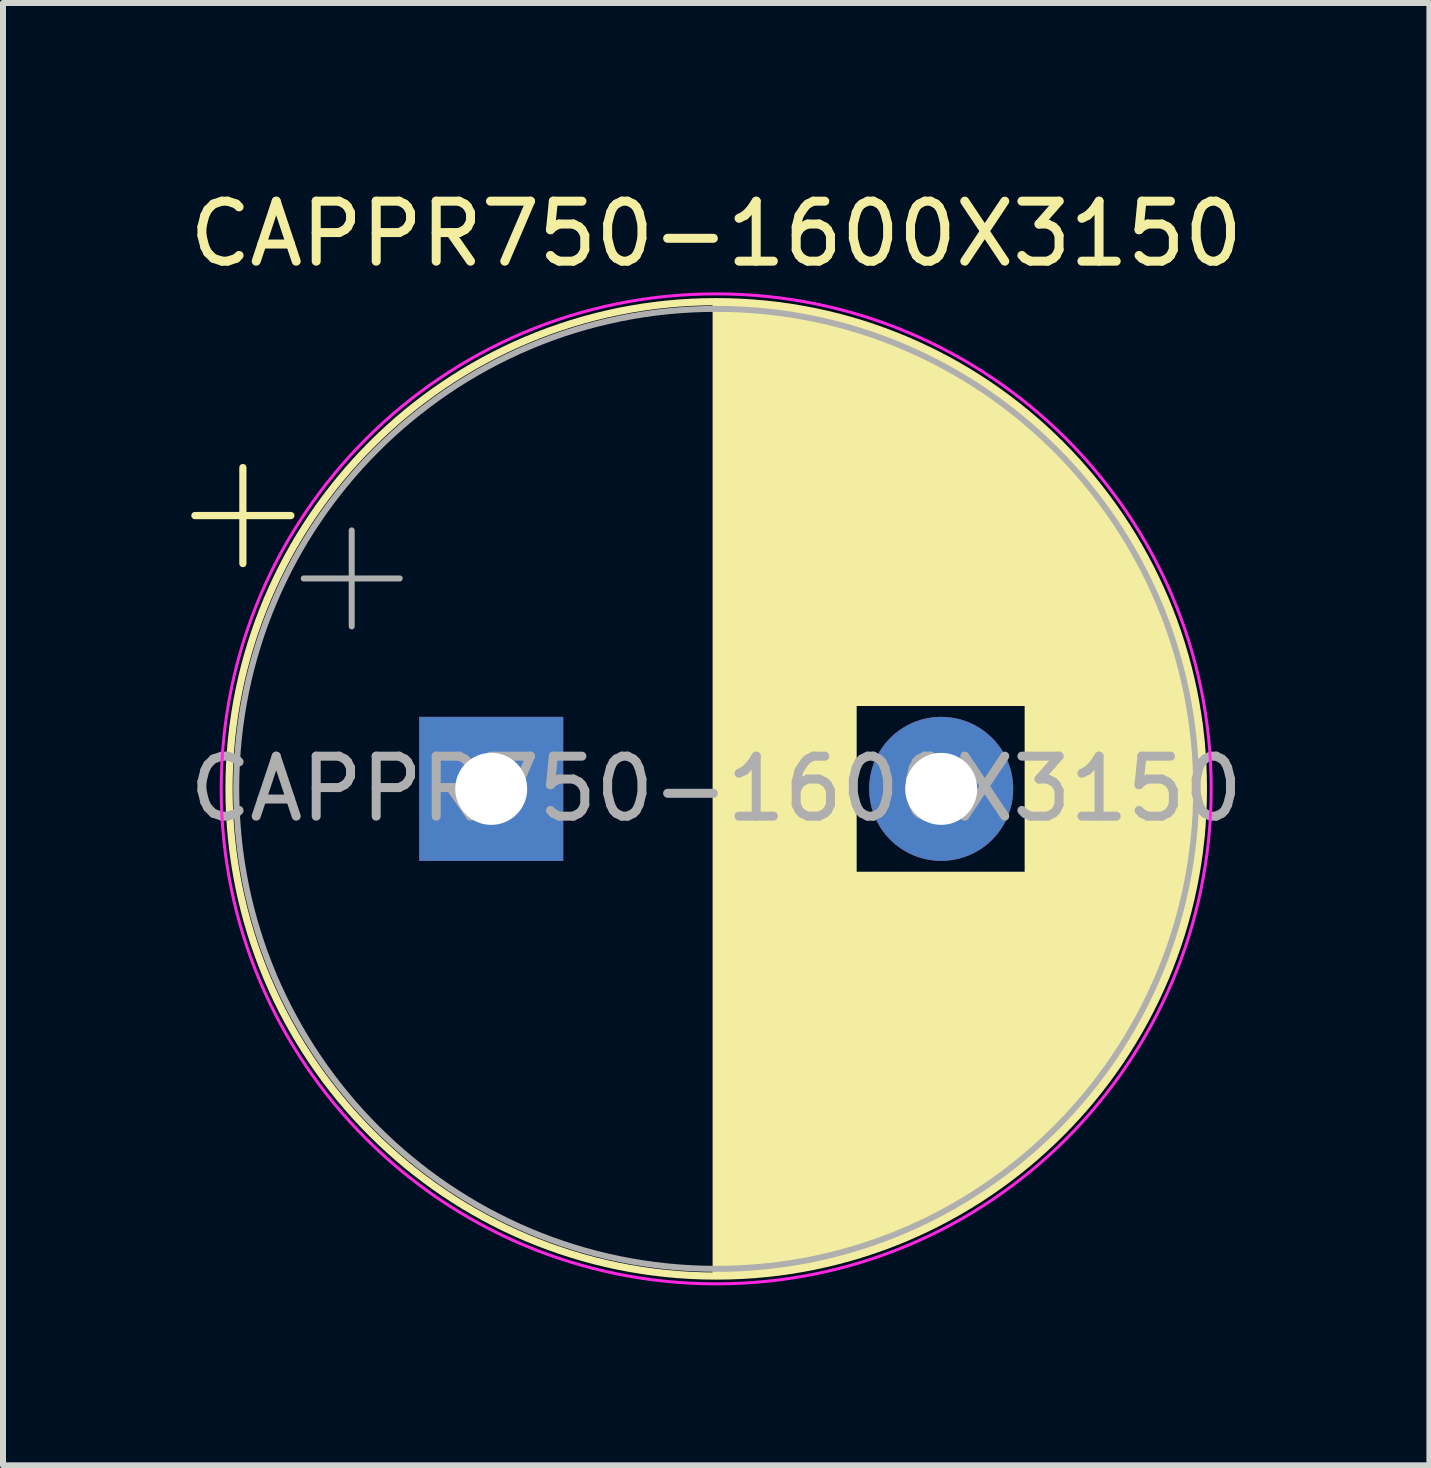
<source format=kicad_pcb>
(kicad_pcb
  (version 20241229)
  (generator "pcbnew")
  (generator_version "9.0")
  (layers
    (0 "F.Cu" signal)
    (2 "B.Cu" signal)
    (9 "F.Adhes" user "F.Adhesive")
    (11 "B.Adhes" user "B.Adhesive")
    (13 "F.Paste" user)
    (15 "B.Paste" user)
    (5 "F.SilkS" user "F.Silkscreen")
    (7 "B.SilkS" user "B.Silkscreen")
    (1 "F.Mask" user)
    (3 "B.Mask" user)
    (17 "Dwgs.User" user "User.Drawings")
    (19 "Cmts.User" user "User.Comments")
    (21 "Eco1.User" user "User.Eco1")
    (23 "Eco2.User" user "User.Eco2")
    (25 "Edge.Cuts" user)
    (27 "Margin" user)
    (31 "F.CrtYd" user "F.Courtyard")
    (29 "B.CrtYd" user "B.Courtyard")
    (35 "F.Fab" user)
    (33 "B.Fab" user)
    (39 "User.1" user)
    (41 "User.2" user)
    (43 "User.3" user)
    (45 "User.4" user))
  (footprint "CAPPR750-1600X3150"
    (layer "F.Cu")
    (at 5.137 10.098)
    (property "Reference" "CAPPR750-1600X3150" (at 3.75 -9.25 0) (layer "F.SilkS") (effects (font (size 1 1) (thickness 0.15))))
    (attr through_hole)
    (fp_line (start -4.939 -4.555) (end -3.339 -4.555) (stroke (width 0.12) (type solid)) (layer "F.SilkS"))
    (fp_line (start -4.139 -5.355) (end -4.139 -3.755) (stroke (width 0.12) (type solid)) (layer "F.SilkS"))
    (fp_line (start 3.75 -8.081) (end 3.75 8.081) (stroke (width 0.12) (type solid)) (layer "F.SilkS"))
    (fp_line (start 3.79 -8.08) (end 3.79 8.08) (stroke (width 0.12) (type solid)) (layer "F.SilkS"))
    (fp_line (start 3.83 -8.08) (end 3.83 8.08) (stroke (width 0.12) (type solid)) (layer "F.SilkS"))
    (fp_line (start 3.87 -8.08) (end 3.87 8.08) (stroke (width 0.12) (type solid)) (layer "F.SilkS"))
    (fp_line (start 3.91 -8.079) (end 3.91 8.079) (stroke (width 0.12) (type solid)) (layer "F.SilkS"))
    (fp_line (start 3.95 -8.078) (end 3.95 8.078) (stroke (width 0.12) (type solid)) (layer "F.SilkS"))
    (fp_line (start 3.99 -8.077) (end 3.99 8.077) (stroke (width 0.12) (type solid)) (layer "F.SilkS"))
    (fp_line (start 4.03 -8.076) (end 4.03 8.076) (stroke (width 0.12) (type solid)) (layer "F.SilkS"))
    (fp_line (start 4.07 -8.074) (end 4.07 8.074) (stroke (width 0.12) (type solid)) (layer "F.SilkS"))
    (fp_line (start 4.11 -8.073) (end 4.11 8.073) (stroke (width 0.12) (type solid)) (layer "F.SilkS"))
    (fp_line (start 4.15 -8.071) (end 4.15 8.071) (stroke (width 0.12) (type solid)) (layer "F.SilkS"))
    (fp_line (start 4.19 -8.069) (end 4.19 8.069) (stroke (width 0.12) (type solid)) (layer "F.SilkS"))
    (fp_line (start 4.23 -8.066) (end 4.23 8.066) (stroke (width 0.12) (type solid)) (layer "F.SilkS"))
    (fp_line (start 4.27 -8.064) (end 4.27 8.064) (stroke (width 0.12) (type solid)) (layer "F.SilkS"))
    (fp_line (start 4.31 -8.061) (end 4.31 8.061) (stroke (width 0.12) (type solid)) (layer "F.SilkS"))
    (fp_line (start 4.35 -8.058) (end 4.35 8.058) (stroke (width 0.12) (type solid)) (layer "F.SilkS"))
    (fp_line (start 4.39 -8.055) (end 4.39 8.055) (stroke (width 0.12) (type solid)) (layer "F.SilkS"))
    (fp_line (start 4.43 -8.052) (end 4.43 8.052) (stroke (width 0.12) (type solid)) (layer "F.SilkS"))
    (fp_line (start 4.471 -8.049) (end 4.471 8.049) (stroke (width 0.12) (type solid)) (layer "F.SilkS"))
    (fp_line (start 4.511 -8.045) (end 4.511 8.045) (stroke (width 0.12) (type solid)) (layer "F.SilkS"))
    (fp_line (start 4.551 -8.041) (end 4.551 8.041) (stroke (width 0.12) (type solid)) (layer "F.SilkS"))
    (fp_line (start 4.591 -8.037) (end 4.591 8.037) (stroke (width 0.12) (type solid)) (layer "F.SilkS"))
    (fp_line (start 4.631 -8.033) (end 4.631 8.033) (stroke (width 0.12) (type solid)) (layer "F.SilkS"))
    (fp_line (start 4.671 -8.028) (end 4.671 8.028) (stroke (width 0.12) (type solid)) (layer "F.SilkS"))
    (fp_line (start 4.711 -8.024) (end 4.711 8.024) (stroke (width 0.12) (type solid)) (layer "F.SilkS"))
    (fp_line (start 4.751 -8.019) (end 4.751 8.019) (stroke (width 0.12) (type solid)) (layer "F.SilkS"))
    (fp_line (start 4.791 -8.014) (end 4.791 8.014) (stroke (width 0.12) (type solid)) (layer "F.SilkS"))
    (fp_line (start 4.831 -8.008) (end 4.831 8.008) (stroke (width 0.12) (type solid)) (layer "F.SilkS"))
    (fp_line (start 4.871 -8.003) (end 4.871 8.003) (stroke (width 0.12) (type solid)) (layer "F.SilkS"))
    (fp_line (start 4.911 -7.997) (end 4.911 7.997) (stroke (width 0.12) (type solid)) (layer "F.SilkS"))
    (fp_line (start 4.951 -7.991) (end 4.951 7.991) (stroke (width 0.12) (type solid)) (layer "F.SilkS"))
    (fp_line (start 4.991 -7.985) (end 4.991 7.985) (stroke (width 0.12) (type solid)) (layer "F.SilkS"))
    (fp_line (start 5.031 -7.979) (end 5.031 7.979) (stroke (width 0.12) (type solid)) (layer "F.SilkS"))
    (fp_line (start 5.071 -7.972) (end 5.071 7.972) (stroke (width 0.12) (type solid)) (layer "F.SilkS"))
    (fp_line (start 5.111 -7.966) (end 5.111 7.966) (stroke (width 0.12) (type solid)) (layer "F.SilkS"))
    (fp_line (start 5.151 -7.959) (end 5.151 7.959) (stroke (width 0.12) (type solid)) (layer "F.SilkS"))
    (fp_line (start 5.191 -7.952) (end 5.191 7.952) (stroke (width 0.12) (type solid)) (layer "F.SilkS"))
    (fp_line (start 5.231 -7.944) (end 5.231 7.944) (stroke (width 0.12) (type solid)) (layer "F.SilkS"))
    (fp_line (start 5.271 -7.937) (end 5.271 7.937) (stroke (width 0.12) (type solid)) (layer "F.SilkS"))
    (fp_line (start 5.311 -7.929) (end 5.311 7.929) (stroke (width 0.12) (type solid)) (layer "F.SilkS"))
    (fp_line (start 5.351 -7.921) (end 5.351 7.921) (stroke (width 0.12) (type solid)) (layer "F.SilkS"))
    (fp_line (start 5.391 -7.913) (end 5.391 7.913) (stroke (width 0.12) (type solid)) (layer "F.SilkS"))
    (fp_line (start 5.431 -7.905) (end 5.431 7.905) (stroke (width 0.12) (type solid)) (layer "F.SilkS"))
    (fp_line (start 5.471 -7.896) (end 5.471 7.896) (stroke (width 0.12) (type solid)) (layer "F.SilkS"))
    (fp_line (start 5.511 -7.887) (end 5.511 7.887) (stroke (width 0.12) (type solid)) (layer "F.SilkS"))
    (fp_line (start 5.551 -7.878) (end 5.551 7.878) (stroke (width 0.12) (type solid)) (layer "F.SilkS"))
    (fp_line (start 5.591 -7.869) (end 5.591 7.869) (stroke (width 0.12) (type solid)) (layer "F.SilkS"))
    (fp_line (start 5.631 -7.86) (end 5.631 7.86) (stroke (width 0.12) (type solid)) (layer "F.SilkS"))
    (fp_line (start 5.671 -7.85) (end 5.671 7.85) (stroke (width 0.12) (type solid)) (layer "F.SilkS"))
    (fp_line (start 5.711 -7.84) (end 5.711 7.84) (stroke (width 0.12) (type solid)) (layer "F.SilkS"))
    (fp_line (start 5.751 -7.83) (end 5.751 7.83) (stroke (width 0.12) (type solid)) (layer "F.SilkS"))
    (fp_line (start 5.791 -7.82) (end 5.791 7.82) (stroke (width 0.12) (type solid)) (layer "F.SilkS"))
    (fp_line (start 5.831 -7.81) (end 5.831 7.81) (stroke (width 0.12) (type solid)) (layer "F.SilkS"))
    (fp_line (start 5.871 -7.799) (end 5.871 7.799) (stroke (width 0.12) (type solid)) (layer "F.SilkS"))
    (fp_line (start 5.911 -7.788) (end 5.911 7.788) (stroke (width 0.12) (type solid)) (layer "F.SilkS"))
    (fp_line (start 5.951 -7.777) (end 5.951 7.777) (stroke (width 0.12) (type solid)) (layer "F.SilkS"))
    (fp_line (start 5.991 -7.765) (end 5.991 7.765) (stroke (width 0.12) (type solid)) (layer "F.SilkS"))
    (fp_line (start 6.031 -7.754) (end 6.031 7.754) (stroke (width 0.12) (type solid)) (layer "F.SilkS"))
    (fp_line (start 6.071 -7.742) (end 6.071 -1.44) (stroke (width 0.12) (type solid)) (layer "F.SilkS"))
    (fp_line (start 6.071 1.44) (end 6.071 7.742) (stroke (width 0.12) (type solid)) (layer "F.SilkS"))
    (fp_line (start 6.111 -7.73) (end 6.111 -1.44) (stroke (width 0.12) (type solid)) (layer "F.SilkS"))
    (fp_line (start 6.111 1.44) (end 6.111 7.73) (stroke (width 0.12) (type solid)) (layer "F.SilkS"))
    (fp_line (start 6.151 -7.718) (end 6.151 -1.44) (stroke (width 0.12) (type solid)) (layer "F.SilkS"))
    (fp_line (start 6.151 1.44) (end 6.151 7.718) (stroke (width 0.12) (type solid)) (layer "F.SilkS"))
    (fp_line (start 6.191 -7.705) (end 6.191 -1.44) (stroke (width 0.12) (type solid)) (layer "F.SilkS"))
    (fp_line (start 6.191 1.44) (end 6.191 7.705) (stroke (width 0.12) (type solid)) (layer "F.SilkS"))
    (fp_line (start 6.231 -7.693) (end 6.231 -1.44) (stroke (width 0.12) (type solid)) (layer "F.SilkS"))
    (fp_line (start 6.231 1.44) (end 6.231 7.693) (stroke (width 0.12) (type solid)) (layer "F.SilkS"))
    (fp_line (start 6.271 -7.68) (end 6.271 -1.44) (stroke (width 0.12) (type solid)) (layer "F.SilkS"))
    (fp_line (start 6.271 1.44) (end 6.271 7.68) (stroke (width 0.12) (type solid)) (layer "F.SilkS"))
    (fp_line (start 6.311 -7.666) (end 6.311 -1.44) (stroke (width 0.12) (type solid)) (layer "F.SilkS"))
    (fp_line (start 6.311 1.44) (end 6.311 7.666) (stroke (width 0.12) (type solid)) (layer "F.SilkS"))
    (fp_line (start 6.351 -7.653) (end 6.351 -1.44) (stroke (width 0.12) (type solid)) (layer "F.SilkS"))
    (fp_line (start 6.351 1.44) (end 6.351 7.653) (stroke (width 0.12) (type solid)) (layer "F.SilkS"))
    (fp_line (start 6.391 -7.639) (end 6.391 -1.44) (stroke (width 0.12) (type solid)) (layer "F.SilkS"))
    (fp_line (start 6.391 1.44) (end 6.391 7.639) (stroke (width 0.12) (type solid)) (layer "F.SilkS"))
    (fp_line (start 6.431 -7.625) (end 6.431 -1.44) (stroke (width 0.12) (type solid)) (layer "F.SilkS"))
    (fp_line (start 6.431 1.44) (end 6.431 7.625) (stroke (width 0.12) (type solid)) (layer "F.SilkS"))
    (fp_line (start 6.471 -7.611) (end 6.471 -1.44) (stroke (width 0.12) (type solid)) (layer "F.SilkS"))
    (fp_line (start 6.471 1.44) (end 6.471 7.611) (stroke (width 0.12) (type solid)) (layer "F.SilkS"))
    (fp_line (start 6.511 -7.597) (end 6.511 -1.44) (stroke (width 0.12) (type solid)) (layer "F.SilkS"))
    (fp_line (start 6.511 1.44) (end 6.511 7.597) (stroke (width 0.12) (type solid)) (layer "F.SilkS"))
    (fp_line (start 6.551 -7.582) (end 6.551 -1.44) (stroke (width 0.12) (type solid)) (layer "F.SilkS"))
    (fp_line (start 6.551 1.44) (end 6.551 7.582) (stroke (width 0.12) (type solid)) (layer "F.SilkS"))
    (fp_line (start 6.591 -7.568) (end 6.591 -1.44) (stroke (width 0.12) (type solid)) (layer "F.SilkS"))
    (fp_line (start 6.591 1.44) (end 6.591 7.568) (stroke (width 0.12) (type solid)) (layer "F.SilkS"))
    (fp_line (start 6.631 -7.553) (end 6.631 -1.44) (stroke (width 0.12) (type solid)) (layer "F.SilkS"))
    (fp_line (start 6.631 1.44) (end 6.631 7.553) (stroke (width 0.12) (type solid)) (layer "F.SilkS"))
    (fp_line (start 6.671 -7.537) (end 6.671 -1.44) (stroke (width 0.12) (type solid)) (layer "F.SilkS"))
    (fp_line (start 6.671 1.44) (end 6.671 7.537) (stroke (width 0.12) (type solid)) (layer "F.SilkS"))
    (fp_line (start 6.711 -7.522) (end 6.711 -1.44) (stroke (width 0.12) (type solid)) (layer "F.SilkS"))
    (fp_line (start 6.711 1.44) (end 6.711 7.522) (stroke (width 0.12) (type solid)) (layer "F.SilkS"))
    (fp_line (start 6.751 -7.506) (end 6.751 -1.44) (stroke (width 0.12) (type solid)) (layer "F.SilkS"))
    (fp_line (start 6.751 1.44) (end 6.751 7.506) (stroke (width 0.12) (type solid)) (layer "F.SilkS"))
    (fp_line (start 6.791 -7.49) (end 6.791 -1.44) (stroke (width 0.12) (type solid)) (layer "F.SilkS"))
    (fp_line (start 6.791 1.44) (end 6.791 7.49) (stroke (width 0.12) (type solid)) (layer "F.SilkS"))
    (fp_line (start 6.831 -7.474) (end 6.831 -1.44) (stroke (width 0.12) (type solid)) (layer "F.SilkS"))
    (fp_line (start 6.831 1.44) (end 6.831 7.474) (stroke (width 0.12) (type solid)) (layer "F.SilkS"))
    (fp_line (start 6.871 -7.457) (end 6.871 -1.44) (stroke (width 0.12) (type solid)) (layer "F.SilkS"))
    (fp_line (start 6.871 1.44) (end 6.871 7.457) (stroke (width 0.12) (type solid)) (layer "F.SilkS"))
    (fp_line (start 6.911 -7.44) (end 6.911 -1.44) (stroke (width 0.12) (type solid)) (layer "F.SilkS"))
    (fp_line (start 6.911 1.44) (end 6.911 7.44) (stroke (width 0.12) (type solid)) (layer "F.SilkS"))
    (fp_line (start 6.951 -7.423) (end 6.951 -1.44) (stroke (width 0.12) (type solid)) (layer "F.SilkS"))
    (fp_line (start 6.951 1.44) (end 6.951 7.423) (stroke (width 0.12) (type solid)) (layer "F.SilkS"))
    (fp_line (start 6.991 -7.406) (end 6.991 -1.44) (stroke (width 0.12) (type solid)) (layer "F.SilkS"))
    (fp_line (start 6.991 1.44) (end 6.991 7.406) (stroke (width 0.12) (type solid)) (layer "F.SilkS"))
    (fp_line (start 7.031 -7.389) (end 7.031 -1.44) (stroke (width 0.12) (type solid)) (layer "F.SilkS"))
    (fp_line (start 7.031 1.44) (end 7.031 7.389) (stroke (width 0.12) (type solid)) (layer "F.SilkS"))
    (fp_line (start 7.071 -7.371) (end 7.071 -1.44) (stroke (width 0.12) (type solid)) (layer "F.SilkS"))
    (fp_line (start 7.071 1.44) (end 7.071 7.371) (stroke (width 0.12) (type solid)) (layer "F.SilkS"))
    (fp_line (start 7.111 -7.353) (end 7.111 -1.44) (stroke (width 0.12) (type solid)) (layer "F.SilkS"))
    (fp_line (start 7.111 1.44) (end 7.111 7.353) (stroke (width 0.12) (type solid)) (layer "F.SilkS"))
    (fp_line (start 7.151 -7.334) (end 7.151 -1.44) (stroke (width 0.12) (type solid)) (layer "F.SilkS"))
    (fp_line (start 7.151 1.44) (end 7.151 7.334) (stroke (width 0.12) (type solid)) (layer "F.SilkS"))
    (fp_line (start 7.191 -7.316) (end 7.191 -1.44) (stroke (width 0.12) (type solid)) (layer "F.SilkS"))
    (fp_line (start 7.191 1.44) (end 7.191 7.316) (stroke (width 0.12) (type solid)) (layer "F.SilkS"))
    (fp_line (start 7.231 -7.297) (end 7.231 -1.44) (stroke (width 0.12) (type solid)) (layer "F.SilkS"))
    (fp_line (start 7.231 1.44) (end 7.231 7.297) (stroke (width 0.12) (type solid)) (layer "F.SilkS"))
    (fp_line (start 7.271 -7.278) (end 7.271 -1.44) (stroke (width 0.12) (type solid)) (layer "F.SilkS"))
    (fp_line (start 7.271 1.44) (end 7.271 7.278) (stroke (width 0.12) (type solid)) (layer "F.SilkS"))
    (fp_line (start 7.311 -7.258) (end 7.311 -1.44) (stroke (width 0.12) (type solid)) (layer "F.SilkS"))
    (fp_line (start 7.311 1.44) (end 7.311 7.258) (stroke (width 0.12) (type solid)) (layer "F.SilkS"))
    (fp_line (start 7.351 -7.239) (end 7.351 -1.44) (stroke (width 0.12) (type solid)) (layer "F.SilkS"))
    (fp_line (start 7.351 1.44) (end 7.351 7.239) (stroke (width 0.12) (type solid)) (layer "F.SilkS"))
    (fp_line (start 7.391 -7.219) (end 7.391 -1.44) (stroke (width 0.12) (type solid)) (layer "F.SilkS"))
    (fp_line (start 7.391 1.44) (end 7.391 7.219) (stroke (width 0.12) (type solid)) (layer "F.SilkS"))
    (fp_line (start 7.431 -7.199) (end 7.431 -1.44) (stroke (width 0.12) (type solid)) (layer "F.SilkS"))
    (fp_line (start 7.431 1.44) (end 7.431 7.199) (stroke (width 0.12) (type solid)) (layer "F.SilkS"))
    (fp_line (start 7.471 -7.178) (end 7.471 -1.44) (stroke (width 0.12) (type solid)) (layer "F.SilkS"))
    (fp_line (start 7.471 1.44) (end 7.471 7.178) (stroke (width 0.12) (type solid)) (layer "F.SilkS"))
    (fp_line (start 7.511 -7.157) (end 7.511 -1.44) (stroke (width 0.12) (type solid)) (layer "F.SilkS"))
    (fp_line (start 7.511 1.44) (end 7.511 7.157) (stroke (width 0.12) (type solid)) (layer "F.SilkS"))
    (fp_line (start 7.551 -7.136) (end 7.551 -1.44) (stroke (width 0.12) (type solid)) (layer "F.SilkS"))
    (fp_line (start 7.551 1.44) (end 7.551 7.136) (stroke (width 0.12) (type solid)) (layer "F.SilkS"))
    (fp_line (start 7.591 -7.115) (end 7.591 -1.44) (stroke (width 0.12) (type solid)) (layer "F.SilkS"))
    (fp_line (start 7.591 1.44) (end 7.591 7.115) (stroke (width 0.12) (type solid)) (layer "F.SilkS"))
    (fp_line (start 7.631 -7.094) (end 7.631 -1.44) (stroke (width 0.12) (type solid)) (layer "F.SilkS"))
    (fp_line (start 7.631 1.44) (end 7.631 7.094) (stroke (width 0.12) (type solid)) (layer "F.SilkS"))
    (fp_line (start 7.671 -7.072) (end 7.671 -1.44) (stroke (width 0.12) (type solid)) (layer "F.SilkS"))
    (fp_line (start 7.671 1.44) (end 7.671 7.072) (stroke (width 0.12) (type solid)) (layer "F.SilkS"))
    (fp_line (start 7.711 -7.049) (end 7.711 -1.44) (stroke (width 0.12) (type solid)) (layer "F.SilkS"))
    (fp_line (start 7.711 1.44) (end 7.711 7.049) (stroke (width 0.12) (type solid)) (layer "F.SilkS"))
    (fp_line (start 7.751 -7.027) (end 7.751 -1.44) (stroke (width 0.12) (type solid)) (layer "F.SilkS"))
    (fp_line (start 7.751 1.44) (end 7.751 7.027) (stroke (width 0.12) (type solid)) (layer "F.SilkS"))
    (fp_line (start 7.791 -7.004) (end 7.791 -1.44) (stroke (width 0.12) (type solid)) (layer "F.SilkS"))
    (fp_line (start 7.791 1.44) (end 7.791 7.004) (stroke (width 0.12) (type solid)) (layer "F.SilkS"))
    (fp_line (start 7.831 -6.981) (end 7.831 -1.44) (stroke (width 0.12) (type solid)) (layer "F.SilkS"))
    (fp_line (start 7.831 1.44) (end 7.831 6.981) (stroke (width 0.12) (type solid)) (layer "F.SilkS"))
    (fp_line (start 7.871 -6.958) (end 7.871 -1.44) (stroke (width 0.12) (type solid)) (layer "F.SilkS"))
    (fp_line (start 7.871 1.44) (end 7.871 6.958) (stroke (width 0.12) (type solid)) (layer "F.SilkS"))
    (fp_line (start 7.911 -6.934) (end 7.911 -1.44) (stroke (width 0.12) (type solid)) (layer "F.SilkS"))
    (fp_line (start 7.911 1.44) (end 7.911 6.934) (stroke (width 0.12) (type solid)) (layer "F.SilkS"))
    (fp_line (start 7.951 -6.91) (end 7.951 -1.44) (stroke (width 0.12) (type solid)) (layer "F.SilkS"))
    (fp_line (start 7.951 1.44) (end 7.951 6.91) (stroke (width 0.12) (type solid)) (layer "F.SilkS"))
    (fp_line (start 7.991 -6.886) (end 7.991 -1.44) (stroke (width 0.12) (type solid)) (layer "F.SilkS"))
    (fp_line (start 7.991 1.44) (end 7.991 6.886) (stroke (width 0.12) (type solid)) (layer "F.SilkS"))
    (fp_line (start 8.031 -6.861) (end 8.031 -1.44) (stroke (width 0.12) (type solid)) (layer "F.SilkS"))
    (fp_line (start 8.031 1.44) (end 8.031 6.861) (stroke (width 0.12) (type solid)) (layer "F.SilkS"))
    (fp_line (start 8.071 -6.836) (end 8.071 -1.44) (stroke (width 0.12) (type solid)) (layer "F.SilkS"))
    (fp_line (start 8.071 1.44) (end 8.071 6.836) (stroke (width 0.12) (type solid)) (layer "F.SilkS"))
    (fp_line (start 8.111 -6.811) (end 8.111 -1.44) (stroke (width 0.12) (type solid)) (layer "F.SilkS"))
    (fp_line (start 8.111 1.44) (end 8.111 6.811) (stroke (width 0.12) (type solid)) (layer "F.SilkS"))
    (fp_line (start 8.151 -6.785) (end 8.151 -1.44) (stroke (width 0.12) (type solid)) (layer "F.SilkS"))
    (fp_line (start 8.151 1.44) (end 8.151 6.785) (stroke (width 0.12) (type solid)) (layer "F.SilkS"))
    (fp_line (start 8.191 -6.759) (end 8.191 -1.44) (stroke (width 0.12) (type solid)) (layer "F.SilkS"))
    (fp_line (start 8.191 1.44) (end 8.191 6.759) (stroke (width 0.12) (type solid)) (layer "F.SilkS"))
    (fp_line (start 8.231 -6.733) (end 8.231 -1.44) (stroke (width 0.12) (type solid)) (layer "F.SilkS"))
    (fp_line (start 8.231 1.44) (end 8.231 6.733) (stroke (width 0.12) (type solid)) (layer "F.SilkS"))
    (fp_line (start 8.271 -6.706) (end 8.271 -1.44) (stroke (width 0.12) (type solid)) (layer "F.SilkS"))
    (fp_line (start 8.271 1.44) (end 8.271 6.706) (stroke (width 0.12) (type solid)) (layer "F.SilkS"))
    (fp_line (start 8.311 -6.679) (end 8.311 -1.44) (stroke (width 0.12) (type solid)) (layer "F.SilkS"))
    (fp_line (start 8.311 1.44) (end 8.311 6.679) (stroke (width 0.12) (type solid)) (layer "F.SilkS"))
    (fp_line (start 8.351 -6.652) (end 8.351 -1.44) (stroke (width 0.12) (type solid)) (layer "F.SilkS"))
    (fp_line (start 8.351 1.44) (end 8.351 6.652) (stroke (width 0.12) (type solid)) (layer "F.SilkS"))
    (fp_line (start 8.391 -6.624) (end 8.391 -1.44) (stroke (width 0.12) (type solid)) (layer "F.SilkS"))
    (fp_line (start 8.391 1.44) (end 8.391 6.624) (stroke (width 0.12) (type solid)) (layer "F.SilkS"))
    (fp_line (start 8.431 -6.596) (end 8.431 -1.44) (stroke (width 0.12) (type solid)) (layer "F.SilkS"))
    (fp_line (start 8.431 1.44) (end 8.431 6.596) (stroke (width 0.12) (type solid)) (layer "F.SilkS"))
    (fp_line (start 8.471 -6.568) (end 8.471 -1.44) (stroke (width 0.12) (type solid)) (layer "F.SilkS"))
    (fp_line (start 8.471 1.44) (end 8.471 6.568) (stroke (width 0.12) (type solid)) (layer "F.SilkS"))
    (fp_line (start 8.511 -6.539) (end 8.511 -1.44) (stroke (width 0.12) (type solid)) (layer "F.SilkS"))
    (fp_line (start 8.511 1.44) (end 8.511 6.539) (stroke (width 0.12) (type solid)) (layer "F.SilkS"))
    (fp_line (start 8.551 -6.51) (end 8.551 -1.44) (stroke (width 0.12) (type solid)) (layer "F.SilkS"))
    (fp_line (start 8.551 1.44) (end 8.551 6.51) (stroke (width 0.12) (type solid)) (layer "F.SilkS"))
    (fp_line (start 8.591 -6.48) (end 8.591 -1.44) (stroke (width 0.12) (type solid)) (layer "F.SilkS"))
    (fp_line (start 8.591 1.44) (end 8.591 6.48) (stroke (width 0.12) (type solid)) (layer "F.SilkS"))
    (fp_line (start 8.631 -6.45) (end 8.631 -1.44) (stroke (width 0.12) (type solid)) (layer "F.SilkS"))
    (fp_line (start 8.631 1.44) (end 8.631 6.45) (stroke (width 0.12) (type solid)) (layer "F.SilkS"))
    (fp_line (start 8.671 -6.42) (end 8.671 -1.44) (stroke (width 0.12) (type solid)) (layer "F.SilkS"))
    (fp_line (start 8.671 1.44) (end 8.671 6.42) (stroke (width 0.12) (type solid)) (layer "F.SilkS"))
    (fp_line (start 8.711 -6.39) (end 8.711 -1.44) (stroke (width 0.12) (type solid)) (layer "F.SilkS"))
    (fp_line (start 8.711 1.44) (end 8.711 6.39) (stroke (width 0.12) (type solid)) (layer "F.SilkS"))
    (fp_line (start 8.751 -6.358) (end 8.751 -1.44) (stroke (width 0.12) (type solid)) (layer "F.SilkS"))
    (fp_line (start 8.751 1.44) (end 8.751 6.358) (stroke (width 0.12) (type solid)) (layer "F.SilkS"))
    (fp_line (start 8.791 -6.327) (end 8.791 -1.44) (stroke (width 0.12) (type solid)) (layer "F.SilkS"))
    (fp_line (start 8.791 1.44) (end 8.791 6.327) (stroke (width 0.12) (type solid)) (layer "F.SilkS"))
    (fp_line (start 8.831 -6.295) (end 8.831 -1.44) (stroke (width 0.12) (type solid)) (layer "F.SilkS"))
    (fp_line (start 8.831 1.44) (end 8.831 6.295) (stroke (width 0.12) (type solid)) (layer "F.SilkS"))
    (fp_line (start 8.871 -6.263) (end 8.871 -1.44) (stroke (width 0.12) (type solid)) (layer "F.SilkS"))
    (fp_line (start 8.871 1.44) (end 8.871 6.263) (stroke (width 0.12) (type solid)) (layer "F.SilkS"))
    (fp_line (start 8.911 -6.23) (end 8.911 -1.44) (stroke (width 0.12) (type solid)) (layer "F.SilkS"))
    (fp_line (start 8.911 1.44) (end 8.911 6.23) (stroke (width 0.12) (type solid)) (layer "F.SilkS"))
    (fp_line (start 8.951 -6.197) (end 8.951 6.197) (stroke (width 0.12) (type solid)) (layer "F.SilkS"))
    (fp_line (start 8.991 -6.163) (end 8.991 6.163) (stroke (width 0.12) (type solid)) (layer "F.SilkS"))
    (fp_line (start 9.031 -6.129) (end 9.031 6.129) (stroke (width 0.12) (type solid)) (layer "F.SilkS"))
    (fp_line (start 9.071 -6.095) (end 9.071 6.095) (stroke (width 0.12) (type solid)) (layer "F.SilkS"))
    (fp_line (start 9.111 -6.06) (end 9.111 6.06) (stroke (width 0.12) (type solid)) (layer "F.SilkS"))
    (fp_line (start 9.151 -6.025) (end 9.151 6.025) (stroke (width 0.12) (type solid)) (layer "F.SilkS"))
    (fp_line (start 9.191 -5.989) (end 9.191 5.989) (stroke (width 0.12) (type solid)) (layer "F.SilkS"))
    (fp_line (start 9.231 -5.952) (end 9.231 5.952) (stroke (width 0.12) (type solid)) (layer "F.SilkS"))
    (fp_line (start 9.271 -5.916) (end 9.271 5.916) (stroke (width 0.12) (type solid)) (layer "F.SilkS"))
    (fp_line (start 9.311 -5.878) (end 9.311 5.878) (stroke (width 0.12) (type solid)) (layer "F.SilkS"))
    (fp_line (start 9.351 -5.84) (end 9.351 5.84) (stroke (width 0.12) (type solid)) (layer "F.SilkS"))
    (fp_line (start 9.391 -5.802) (end 9.391 5.802) (stroke (width 0.12) (type solid)) (layer "F.SilkS"))
    (fp_line (start 9.431 -5.763) (end 9.431 5.763) (stroke (width 0.12) (type solid)) (layer "F.SilkS"))
    (fp_line (start 9.471 -5.724) (end 9.471 5.724) (stroke (width 0.12) (type solid)) (layer "F.SilkS"))
    (fp_line (start 9.511 -5.684) (end 9.511 5.684) (stroke (width 0.12) (type solid)) (layer "F.SilkS"))
    (fp_line (start 9.551 -5.643) (end 9.551 5.643) (stroke (width 0.12) (type solid)) (layer "F.SilkS"))
    (fp_line (start 9.591 -5.602) (end 9.591 5.602) (stroke (width 0.12) (type solid)) (layer "F.SilkS"))
    (fp_line (start 9.631 -5.56) (end 9.631 5.56) (stroke (width 0.12) (type solid)) (layer "F.SilkS"))
    (fp_line (start 9.671 -5.518) (end 9.671 5.518) (stroke (width 0.12) (type solid)) (layer "F.SilkS"))
    (fp_line (start 9.711 -5.475) (end 9.711 5.475) (stroke (width 0.12) (type solid)) (layer "F.SilkS"))
    (fp_line (start 9.751 -5.432) (end 9.751 5.432) (stroke (width 0.12) (type solid)) (layer "F.SilkS"))
    (fp_line (start 9.791 -5.388) (end 9.791 5.388) (stroke (width 0.12) (type solid)) (layer "F.SilkS"))
    (fp_line (start 9.831 -5.343) (end 9.831 5.343) (stroke (width 0.12) (type solid)) (layer "F.SilkS"))
    (fp_line (start 9.871 -5.297) (end 9.871 5.297) (stroke (width 0.12) (type solid)) (layer "F.SilkS"))
    (fp_line (start 9.911 -5.251) (end 9.911 5.251) (stroke (width 0.12) (type solid)) (layer "F.SilkS"))
    (fp_line (start 9.951 -5.204) (end 9.951 5.204) (stroke (width 0.12) (type solid)) (layer "F.SilkS"))
    (fp_line (start 9.991 -5.156) (end 9.991 5.156) (stroke (width 0.12) (type solid)) (layer "F.SilkS"))
    (fp_line (start 10.031 -5.108) (end 10.031 5.108) (stroke (width 0.12) (type solid)) (layer "F.SilkS"))
    (fp_line (start 10.071 -5.059) (end 10.071 5.059) (stroke (width 0.12) (type solid)) (layer "F.SilkS"))
    (fp_line (start 10.111 -5.009) (end 10.111 5.009) (stroke (width 0.12) (type solid)) (layer "F.SilkS"))
    (fp_line (start 10.151 -4.958) (end 10.151 4.958) (stroke (width 0.12) (type solid)) (layer "F.SilkS"))
    (fp_line (start 10.191 -4.906) (end 10.191 4.906) (stroke (width 0.12) (type solid)) (layer "F.SilkS"))
    (fp_line (start 10.231 -4.854) (end 10.231 4.854) (stroke (width 0.12) (type solid)) (layer "F.SilkS"))
    (fp_line (start 10.271 -4.8) (end 10.271 4.8) (stroke (width 0.12) (type solid)) (layer "F.SilkS"))
    (fp_line (start 10.311 -4.746) (end 10.311 4.746) (stroke (width 0.12) (type solid)) (layer "F.SilkS"))
    (fp_line (start 10.351 -4.691) (end 10.351 4.691) (stroke (width 0.12) (type solid)) (layer "F.SilkS"))
    (fp_line (start 10.391 -4.634) (end 10.391 4.634) (stroke (width 0.12) (type solid)) (layer "F.SilkS"))
    (fp_line (start 10.431 -4.577) (end 10.431 4.577) (stroke (width 0.12) (type solid)) (layer "F.SilkS"))
    (fp_line (start 10.471 -4.519) (end 10.471 4.519) (stroke (width 0.12) (type solid)) (layer "F.SilkS"))
    (fp_line (start 10.511 -4.459) (end 10.511 4.459) (stroke (width 0.12) (type solid)) (layer "F.SilkS"))
    (fp_line (start 10.551 -4.398) (end 10.551 4.398) (stroke (width 0.12) (type solid)) (layer "F.SilkS"))
    (fp_line (start 10.591 -4.336) (end 10.591 4.336) (stroke (width 0.12) (type solid)) (layer "F.SilkS"))
    (fp_line (start 10.631 -4.273) (end 10.631 4.273) (stroke (width 0.12) (type solid)) (layer "F.SilkS"))
    (fp_line (start 10.671 -4.209) (end 10.671 4.209) (stroke (width 0.12) (type solid)) (layer "F.SilkS"))
    (fp_line (start 10.711 -4.143) (end 10.711 4.143) (stroke (width 0.12) (type solid)) (layer "F.SilkS"))
    (fp_line (start 10.751 -4.076) (end 10.751 4.076) (stroke (width 0.12) (type solid)) (layer "F.SilkS"))
    (fp_line (start 10.791 -4.007) (end 10.791 4.007) (stroke (width 0.12) (type solid)) (layer "F.SilkS"))
    (fp_line (start 10.831 -3.936) (end 10.831 3.936) (stroke (width 0.12) (type solid)) (layer "F.SilkS"))
    (fp_line (start 10.871 -3.864) (end 10.871 3.864) (stroke (width 0.12) (type solid)) (layer "F.SilkS"))
    (fp_line (start 10.911 -3.79) (end 10.911 3.79) (stroke (width 0.12) (type solid)) (layer "F.SilkS"))
    (fp_line (start 10.951 -3.715) (end 10.951 3.715) (stroke (width 0.12) (type solid)) (layer "F.SilkS"))
    (fp_line (start 10.991 -3.637) (end 10.991 3.637) (stroke (width 0.12) (type solid)) (layer "F.SilkS"))
    (fp_line (start 11.031 -3.557) (end 11.031 3.557) (stroke (width 0.12) (type solid)) (layer "F.SilkS"))
    (fp_line (start 11.071 -3.475) (end 11.071 3.475) (stroke (width 0.12) (type solid)) (layer "F.SilkS"))
    (fp_line (start 11.111 -3.39) (end 11.111 3.39) (stroke (width 0.12) (type solid)) (layer "F.SilkS"))
    (fp_line (start 11.151 -3.303) (end 11.151 3.303) (stroke (width 0.12) (type solid)) (layer "F.SilkS"))
    (fp_line (start 11.191 -3.213) (end 11.191 3.213) (stroke (width 0.12) (type solid)) (layer "F.SilkS"))
    (fp_line (start 11.231 -3.12) (end 11.231 3.12) (stroke (width 0.12) (type solid)) (layer "F.SilkS"))
    (fp_line (start 11.271 -3.024) (end 11.271 3.024) (stroke (width 0.12) (type solid)) (layer "F.SilkS"))
    (fp_line (start 11.311 -2.924) (end 11.311 2.924) (stroke (width 0.12) (type solid)) (layer "F.SilkS"))
    (fp_line (start 11.351 -2.82) (end 11.351 2.82) (stroke (width 0.12) (type solid)) (layer "F.SilkS"))
    (fp_line (start 11.391 -2.711) (end 11.391 2.711) (stroke (width 0.12) (type solid)) (layer "F.SilkS"))
    (fp_line (start 11.431 -2.597) (end 11.431 2.597) (stroke (width 0.12) (type solid)) (layer "F.SilkS"))
    (fp_line (start 11.471 -2.478) (end 11.471 2.478) (stroke (width 0.12) (type solid)) (layer "F.SilkS"))
    (fp_line (start 11.511 -2.351) (end 11.511 2.351) (stroke (width 0.12) (type solid)) (layer "F.SilkS"))
    (fp_line (start 11.551 -2.218) (end 11.551 2.218) (stroke (width 0.12) (type solid)) (layer "F.SilkS"))
    (fp_line (start 11.591 -2.074) (end 11.591 2.074) (stroke (width 0.12) (type solid)) (layer "F.SilkS"))
    (fp_line (start 11.631 -1.92) (end 11.631 1.92) (stroke (width 0.12) (type solid)) (layer "F.SilkS"))
    (fp_line (start 11.671 -1.752) (end 11.671 1.752) (stroke (width 0.12) (type solid)) (layer "F.SilkS"))
    (fp_line (start 11.711 -1.564) (end 11.711 1.564) (stroke (width 0.12) (type solid)) (layer "F.SilkS"))
    (fp_line (start 11.751 -1.351) (end 11.751 1.351) (stroke (width 0.12) (type solid)) (layer "F.SilkS"))
    (fp_line (start 11.791 -1.098) (end 11.791 1.098) (stroke (width 0.12) (type solid)) (layer "F.SilkS"))
    (fp_line (start 11.831 -0.765) (end 11.831 0.765) (stroke (width 0.12) (type solid)) (layer "F.SilkS"))
    (fp_circle (center 3.75 0) (end 11.87 0) (stroke (width 0.12) (type solid)) (fill no) (layer "F.SilkS"))
    (fp_circle (center 3.75 0) (end 12 0) (stroke (width 0.05) (type solid)) (fill no) (layer "F.CrtYd"))
    (fp_line (start -3.125 -3.507) (end -1.525 -3.507) (stroke (width 0.1) (type solid)) (layer "F.Fab"))
    (fp_line (start -2.325 -4.308) (end -2.325 -2.708) (stroke (width 0.1) (type solid)) (layer "F.Fab"))
    (fp_circle (center 3.75 0) (end 11.75 0) (stroke (width 0.1) (type solid)) (fill no) (layer "F.Fab"))
    (fp_text user "${REFERENCE}" (at 3.75 0 0) (layer "F.Fab") (effects (font (size 1 1) (thickness 0.15))))
    (pad "1" thru_hole rect (at 0 0) (size 2.4 2.4) (drill 1.2) (layers "*.Cu" "*.Mask"))
    (pad "2" thru_hole circle (at 7.5 0) (size 2.4 2.4) (drill 1.2) (layers "*.Cu" "*.Mask")))
  (gr_rect
    (start -3 -3)
    (end 20.774 21.373)
    (stroke (width 0.1) (type default))
    (fill no)
    (layer "Edge.Cuts")))
</source>
